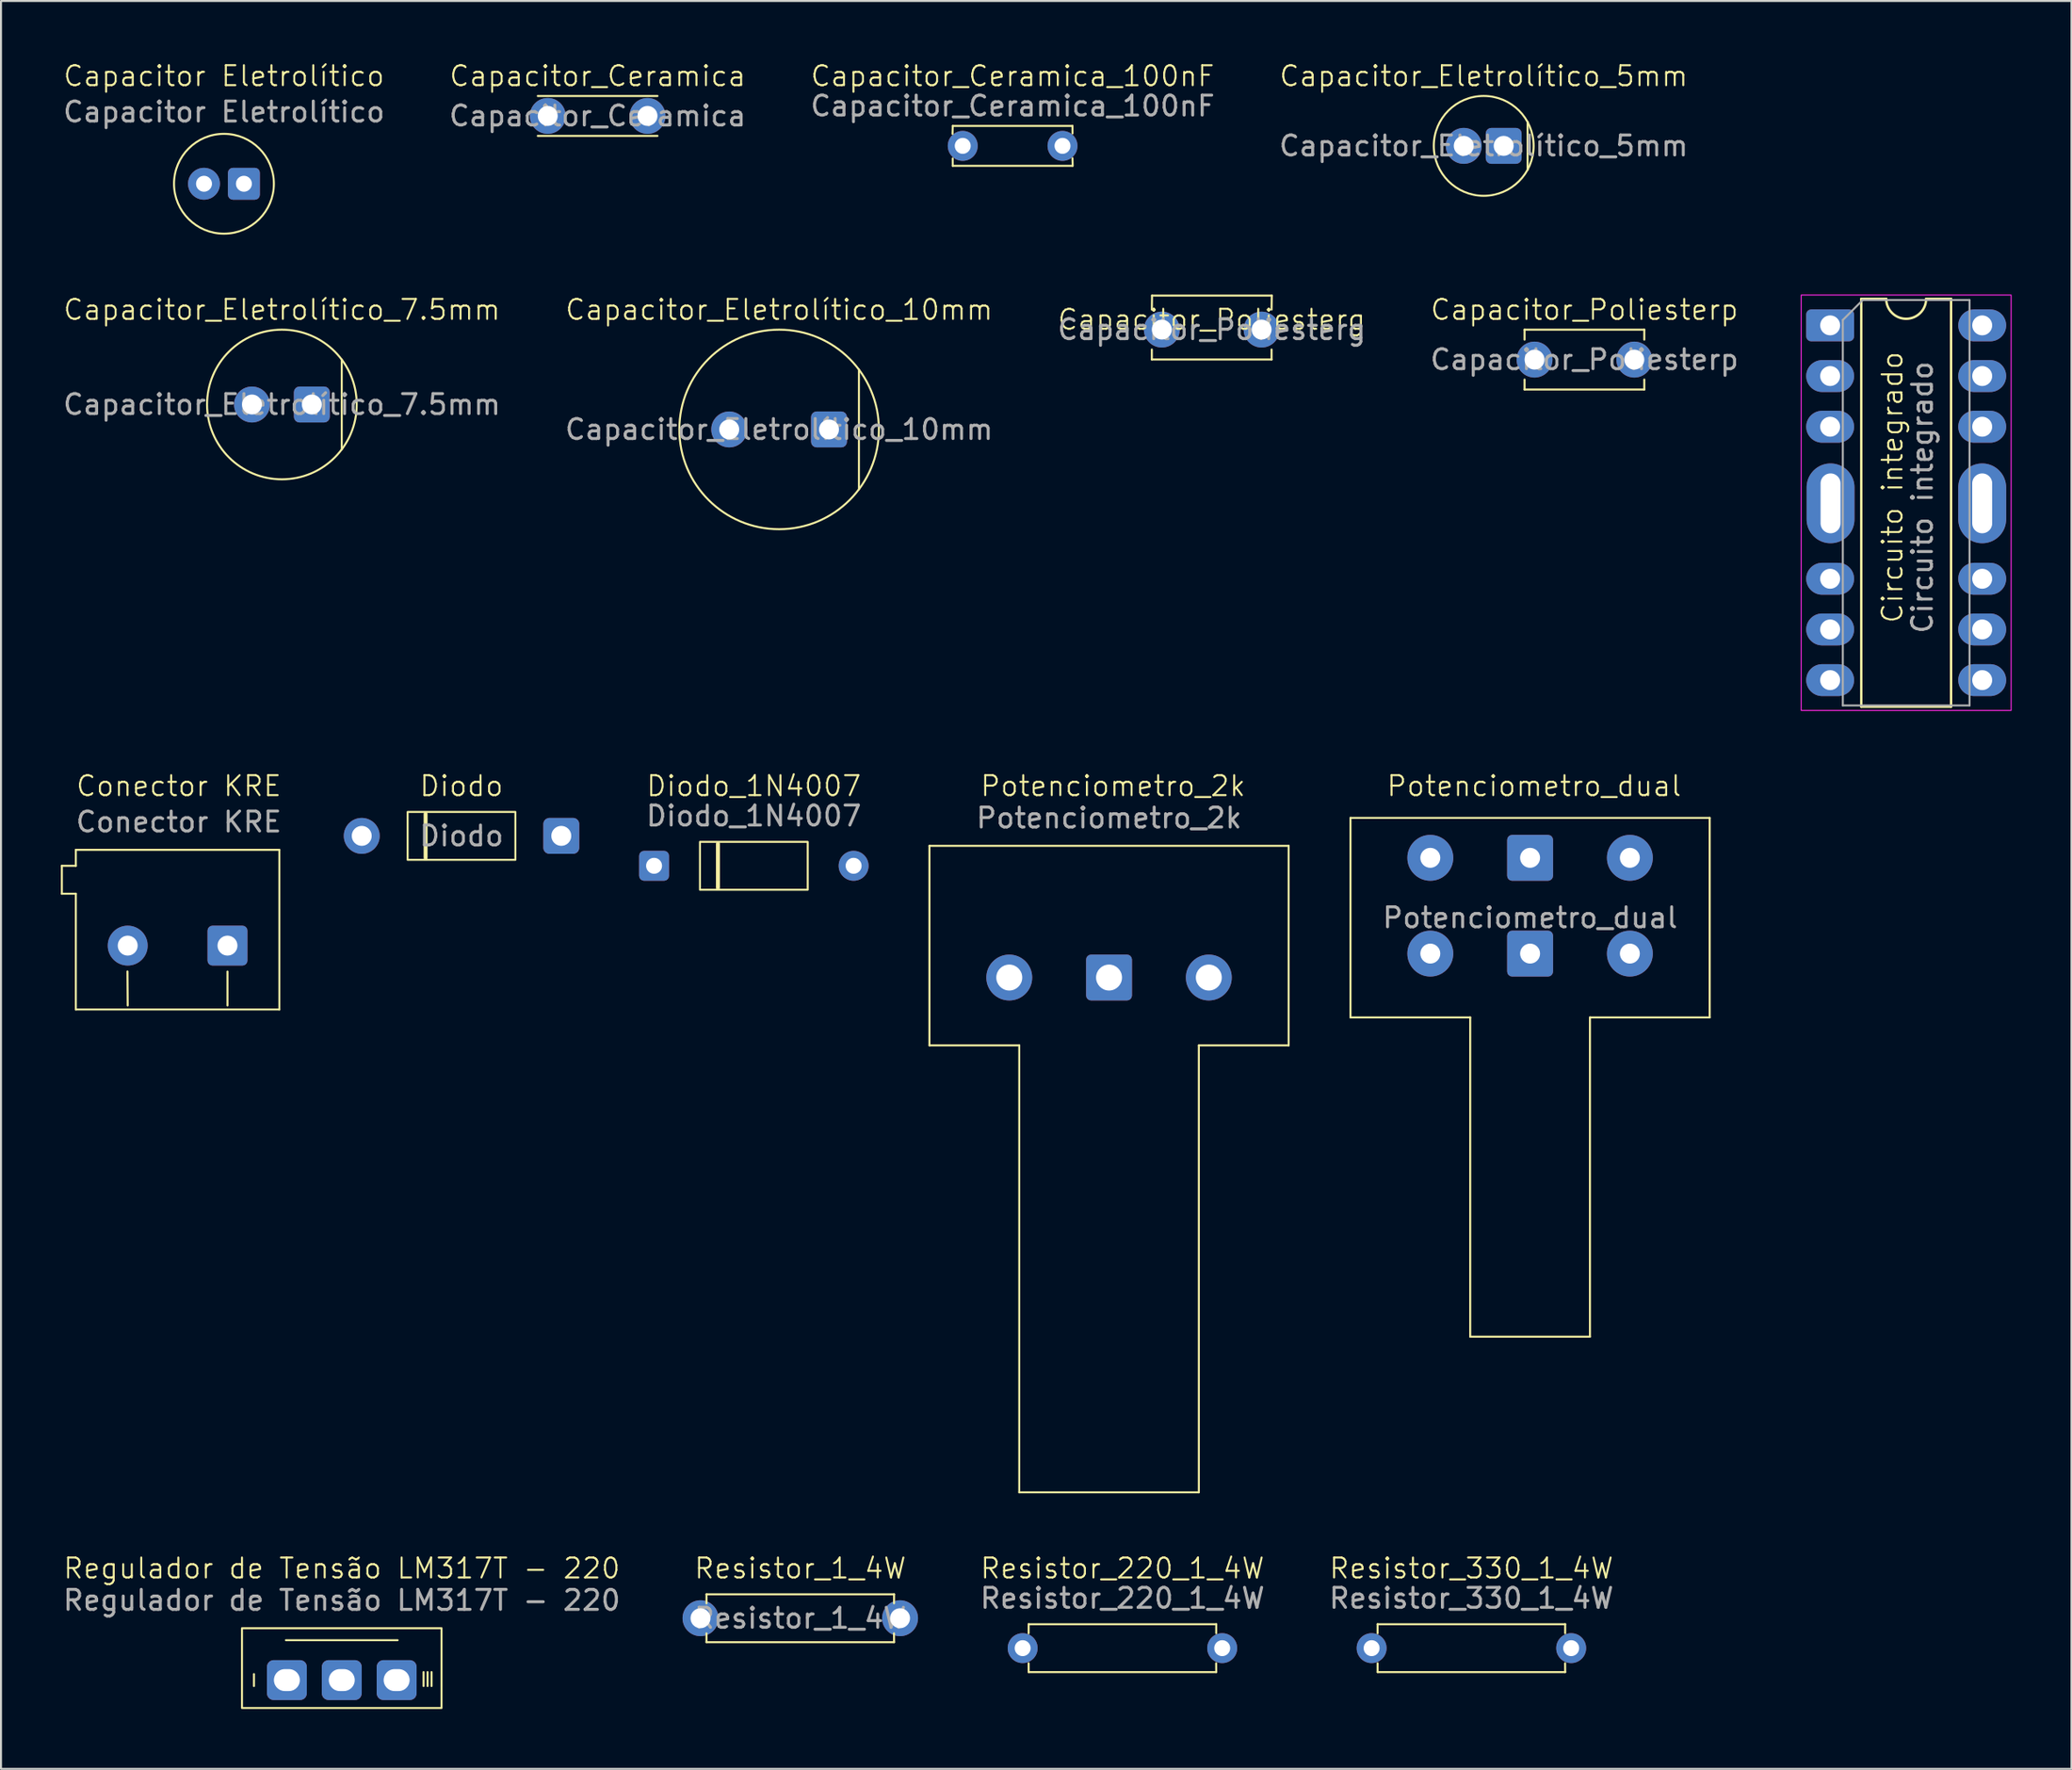
<source format=kicad_pcb>
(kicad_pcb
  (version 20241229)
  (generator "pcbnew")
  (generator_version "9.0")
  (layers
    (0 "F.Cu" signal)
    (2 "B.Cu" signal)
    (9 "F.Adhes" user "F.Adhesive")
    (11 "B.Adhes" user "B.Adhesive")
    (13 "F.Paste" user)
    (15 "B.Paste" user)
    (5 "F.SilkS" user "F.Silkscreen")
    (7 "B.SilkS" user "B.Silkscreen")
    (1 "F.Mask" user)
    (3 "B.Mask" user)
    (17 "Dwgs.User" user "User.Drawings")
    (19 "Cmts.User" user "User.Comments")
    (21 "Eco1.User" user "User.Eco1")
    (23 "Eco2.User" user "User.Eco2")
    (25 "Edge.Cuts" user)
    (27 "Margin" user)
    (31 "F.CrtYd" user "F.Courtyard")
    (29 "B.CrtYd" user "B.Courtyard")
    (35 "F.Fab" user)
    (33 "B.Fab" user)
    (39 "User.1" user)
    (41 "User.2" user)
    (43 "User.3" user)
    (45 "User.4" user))
  (footprint "Capacitor Eletrolítico"
    (layer "F.Cu")
    (at 8.173 6.16)
    (property "Reference" "Capacitor Eletrolítico" (at 0 -5.4 0) (unlocked yes) (layer "F.SilkS") (effects (font (size 1 1) (thickness 0.1))))
    (attr through_hole)
    (fp_circle (center 0 0) (end 2.502 0) (stroke (width 0.1) (type solid)) (fill no) (layer "F.SilkS"))
    (fp_text user "${REFERENCE}" (at 0 -3.6 0) (unlocked yes) (layer "F.Fab") (effects (font (size 1 1) (thickness 0.15))))
    (pad "1" thru_hole circle (at -1 0 180) (size 1.6 1.6) (drill 0.8) (layers "*.Cu" "*.Mask"))
    (pad "2" thru_hole roundrect (at 1 0 180) (size 1.6 1.6) (drill 0.8) (layers "*.Cu" "*.Mask") (roundrect_rratio 0.156)))
  (footprint "Resistor_330_1_4W"
    (layer "F.Cu")
    (at 70.687 79.553)
    (property "Reference" "Resistor_330_1_4W" (at 0 -4 0) (unlocked yes) (layer "F.SilkS") (effects (font (size 1 1) (thickness 0.1))))
    (attr through_hole)
    (fp_line (start -4.7 -1.2) (end -4.701 -0.744) (stroke (width 0.1) (type default)) (layer "F.SilkS"))
    (fp_line (start -4.7 -1.2) (end 4.7 -1.2) (stroke (width 0.1) (type default)) (layer "F.SilkS"))
    (fp_line (start -4.7 1.2) (end -4.701 0.759) (stroke (width 0.1) (type default)) (layer "F.SilkS"))
    (fp_line (start 4.7 -1.2) (end 4.699 -0.747) (stroke (width 0.1) (type default)) (layer "F.SilkS"))
    (fp_line (start 4.7 1.2) (end -4.7 1.2) (stroke (width 0.1) (type default)) (layer "F.SilkS"))
    (fp_line (start 4.7 1.2) (end 4.696 0.758) (stroke (width 0.1) (type default)) (layer "F.SilkS"))
    (fp_text user "${REFERENCE}" (at 0 -2.5 0) (unlocked yes) (layer "F.Fab") (effects (font (size 1 1) (thickness 0.15))))
    (pad "1" thru_hole circle (at -5 0 180) (size 1.5 1.5) (drill 0.8) (layers "*.Cu" "*.Mask"))
    (pad "2" thru_hole circle (at 5 0 180) (size 1.5 1.5) (drill 0.8) (layers "*.Cu" "*.Mask")))
  (footprint "Potenciometro_2k"
    (layer "F.Cu")
    (at 52.528 44.343)
    (property "Reference" "Potenciometro_2k" (at 0.2 -8 0) (unlocked yes) (layer "F.SilkS") (effects (font (size 1 1) (thickness 0.1))))
    (attr through_hole)
    (fp_line (start -9 -5) (end -9 5) (stroke (width 0.1) (type default)) (layer "F.SilkS"))
    (fp_line (start -9 5) (end -4.5 5) (stroke (width 0.1) (type default)) (layer "F.SilkS"))
    (fp_line (start -4.5 5) (end -4.5 27.4) (stroke (width 0.1) (type default)) (layer "F.SilkS"))
    (fp_line (start -4.5 27.4) (end 4.5 27.4) (stroke (width 0.1) (type default)) (layer "F.SilkS"))
    (fp_line (start 4.5 5) (end 9 5) (stroke (width 0.1) (type default)) (layer "F.SilkS"))
    (fp_line (start 4.5 27.4) (end 4.5 5) (stroke (width 0.1) (type default)) (layer "F.SilkS"))
    (fp_line (start 9 -5) (end -9 -5) (stroke (width 0.1) (type default)) (layer "F.SilkS"))
    (fp_line (start 9 5) (end 9 -5) (stroke (width 0.1) (type default)) (layer "F.SilkS"))
    (fp_text user "${REFERENCE}" (at 0 -6.4 0) (unlocked yes) (layer "F.Fab") (effects (font (size 1 1) (thickness 0.15))))
    (pad "1" thru_hole circle (at -5 1.6 180) (size 2.3 2.3) (drill 1.3) (layers "*.Cu" "*.Mask"))
    (pad "2" thru_hole roundrect (at 0 1.6 180) (size 2.3 2.3) (drill 1.3) (layers "*.Cu" "*.Mask") (roundrect_rratio 0.109))
    (pad "3" thru_hole circle (at 5 1.6 180) (size 2.3 2.3) (drill 1.3) (layers "*.Cu" "*.Mask")))
  (footprint "Capacitor_Ceramica_100nF"
    (layer "F.Cu")
    (at 47.696 4.261)
    (property "Reference" "Capacitor_Ceramica_100nF" (at 0 -3.5 0) (unlocked yes) (layer "F.SilkS") (effects (font (size 1 1) (thickness 0.1))))
    (attr through_hole)
    (fp_line (start -3 -1) (end -3.012 -0.6) (stroke (width 0.1) (type default)) (layer "F.SilkS"))
    (fp_line (start -3 -1) (end 3 -1) (stroke (width 0.1) (type default)) (layer "F.SilkS"))
    (fp_line (start -3 1) (end -3.003 0.63) (stroke (width 0.1) (type default)) (layer "F.SilkS"))
    (fp_line (start 3 -1) (end 3.002 -0.625) (stroke (width 0.1) (type default)) (layer "F.SilkS"))
    (fp_line (start 3 1) (end -3 1) (stroke (width 0.1) (type default)) (layer "F.SilkS"))
    (fp_line (start 3.011 1) (end 3 0.621) (stroke (width 0.1) (type default)) (layer "F.SilkS"))
    (fp_text user "${REFERENCE}" (at 0 -2 0) (unlocked yes) (layer "F.Fab") (effects (font (size 1 1) (thickness 0.15))))
    (pad "1" thru_hole circle (at -2.5 0 180) (size 1.5 1.5) (drill 0.8) (layers "*.Cu" "*.Mask"))
    (pad "2" thru_hole circle (at 2.5 0 180) (size 1.5 1.5) (drill 0.8) (layers "*.Cu" "*.Mask")))
  (footprint "Potenciometro_dual"
    (layer "F.Cu")
    (at 73.628 42.943)
    (property "Reference" "Potenciometro_dual" (at 0.2 -6.6 0) (unlocked yes) (layer "F.SilkS") (effects (font (size 1 1) (thickness 0.1))))
    (attr through_hole)
    (fp_line (start -9 -5) (end -9 5) (stroke (width 0.1) (type default)) (layer "F.SilkS"))
    (fp_line (start -9 5) (end -3 5) (stroke (width 0.1) (type default)) (layer "F.SilkS"))
    (fp_line (start -3 5) (end -3 21) (stroke (width 0.1) (type default)) (layer "F.SilkS"))
    (fp_line (start -3 21) (end 3 21) (stroke (width 0.1) (type solid)) (layer "F.SilkS"))
    (fp_line (start 3 5) (end 9 5) (stroke (width 0.1) (type default)) (layer "F.SilkS"))
    (fp_line (start 3 21) (end 3 5) (stroke (width 0.1) (type default)) (layer "F.SilkS"))
    (fp_line (start 9 -5) (end -9 -5) (stroke (width 0.1) (type default)) (layer "F.SilkS"))
    (fp_line (start 9 5) (end 9 -5) (stroke (width 0.1) (type default)) (layer "F.SilkS"))
    (fp_text user "${REFERENCE}" (at 0 0 0) (unlocked yes) (layer "F.Fab") (effects (font (size 1 1) (thickness 0.15))))
    (pad "1" thru_hole circle (at -5 1.8 180) (size 2.3 2.3) (drill 1) (layers "*.Cu" "*.Mask"))
    (pad "2" thru_hole roundrect (at 0 1.8 180) (size 2.3 2.3) (drill 1) (layers "*.Cu" "*.Mask") (roundrect_rratio 0.109))
    (pad "3" thru_hole circle (at 5 1.8 180) (size 2.3 2.3) (drill 1) (layers "*.Cu" "*.Mask"))
    (pad "4" thru_hole circle (at -5 -3 180) (size 2.3 2.3) (drill 1) (layers "*.Cu" "*.Mask"))
    (pad "5" thru_hole roundrect (at 0 -3 180) (size 2.3 2.3) (drill 1) (layers "*.Cu" "*.Mask") (roundrect_rratio 0.109))
    (pad "6" thru_hole circle (at 5 -3 180) (size 2.3 2.3) (drill 1) (layers "*.Cu" "*.Mask")))
  (footprint "Capacitor_Ceramica"
    (layer "F.Cu")
    (at 26.899 2.76)
    (property "Reference" "Capacitor_Ceramica" (at 0 -2 0) (unlocked yes) (layer "F.SilkS") (effects (font (size 1 1) (thickness 0.1))))
    (attr through_hole)
    (fp_line (start -3 -1) (end 3 -1) (stroke (width 0.1) (type default)) (layer "F.SilkS"))
    (fp_line (start 3 1) (end -3 1) (stroke (width 0.1) (type default)) (layer "F.SilkS"))
    (fp_text user "${REFERENCE}" (at 0 0 0) (unlocked yes) (layer "F.Fab") (effects (font (size 1 1) (thickness 0.15))))
    (pad "1" thru_hole circle (at -2.5 0 180) (size 1.8 1.8) (drill 1) (layers "*.Cu" "*.Mask"))
    (pad "2" thru_hole circle (at 2.5 0 180) (size 1.8 1.8) (drill 1) (layers "*.Cu" "*.Mask")))
  (footprint "Regulador de Tensão LM317T - 220"
    (layer "F.Cu")
    (at 14.077 81.153)
    (property "Reference" "Regulador de Tensão LM317T - 220" (at 0 -5.6 0) (unlocked yes) (layer "F.SilkS") (effects (font (size 1 1) (thickness 0.1))))
    (attr through_hole)
    (fp_line (start -4.4 0.3) (end -4.4 -0.3) (stroke (width 0.1) (type default)) (layer "F.SilkS"))
    (fp_line (start 2.8 -2) (end -2.8 -2) (stroke (width 0.1) (type default)) (layer "F.SilkS"))
    (fp_line (start 4.1 0.3) (end 4.1 -0.4) (stroke (width 0.1) (type default)) (layer "F.SilkS"))
    (fp_line (start 4.3 -0.4) (end 4.3 0.3) (stroke (width 0.1) (type default)) (layer "F.SilkS"))
    (fp_line (start 4.5 0.3) (end 4.5 -0.4) (stroke (width 0.1) (type default)) (layer "F.SilkS"))
    (fp_rect (start -5 1.4) (end 5 -2.6) (stroke (width 0.1) (type solid)) (fill no) (layer "F.SilkS"))
    (fp_text user "${REFERENCE}" (at 0 -4 0) (unlocked yes) (layer "F.Fab") (effects (font (size 1 1) (thickness 0.15))))
    (pad "1" thru_hole roundrect (at -2.75 0 180) (size 2 2) (drill oval 1.3 1.1) (layers "*.Cu" "*.Mask") (roundrect_rratio 0.167))
    (pad "2" thru_hole roundrect (at 0 0 180) (size 2 2) (drill oval 1.3 1.1) (layers "*.Cu" "*.Mask") (roundrect_rratio 0.167))
    (pad "3" thru_hole roundrect (at 2.75 0 180) (size 2 2) (drill oval 1.3 1.1) (layers "*.Cu" "*.Mask") (roundrect_rratio 0.167)))
  (footprint "Diodo_1N4007"
    (layer "F.Cu")
    (at 34.728 40.343)
    (property "Reference" "Diodo_1N4007" (at 0 -4 0) (unlocked yes) (layer "F.SilkS") (effects (font (size 1 1) (thickness 0.1))))
    (attr through_hole)
    (fp_line (start -1.8 1.1) (end -1.8 -1.1) (stroke (width 0.2) (type solid)) (layer "F.SilkS"))
    (fp_rect (start -2.7 -1.2) (end 2.7 1.2) (stroke (width 0.1) (type solid)) (fill no) (layer "F.SilkS"))
    (fp_text user "${REFERENCE}" (at 0 -2.5 0) (unlocked yes) (layer "F.Fab") (effects (font (size 1 1) (thickness 0.15))))
    (pad "1" thru_hole roundrect (at -5 0 180) (size 1.5 1.5) (drill 0.8) (layers "*.Cu" "*.Mask") (roundrect_rratio 0.167))
    (pad "2" thru_hole circle (at 5 0 180) (size 1.5 1.5) (drill 0.8) (layers "*.Cu" "*.Mask")))
  (footprint "Capacitor_Poliesterg"
    (layer "F.Cu")
    (at 57.673 13.468)
    (property "Reference" "Capacitor_Poliesterg" (at 0 -0.5 0) (unlocked yes) (layer "F.SilkS") (effects (font (size 1 1) (thickness 0.1))))
    (attr through_hole)
    (fp_line (start -3 1.5) (end -3 1) (stroke (width 0.1) (type default)) (layer "F.SilkS"))
    (fp_line (start -2.99 -1.705) (end -3 -1) (stroke (width 0.1) (type default)) (layer "F.SilkS"))
    (fp_line (start -2.99 -1.705) (end 3.01 -1.705) (stroke (width 0.1) (type default)) (layer "F.SilkS"))
    (fp_line (start 3 1.5) (end -3 1.5) (stroke (width 0.1) (type default)) (layer "F.SilkS"))
    (fp_line (start 3 1.5) (end 3 1) (stroke (width 0.1) (type default)) (layer "F.SilkS"))
    (fp_line (start 3.01 -1.705) (end 3 -1) (stroke (width 0.1) (type default)) (layer "F.SilkS"))
    (fp_text user "${REFERENCE}" (at 0 0 0) (unlocked yes) (layer "F.Fab") (effects (font (size 1 1) (thickness 0.15))))
    (pad "1" thru_hole circle (at -2.5 0 180) (size 1.8 1.8) (drill 1) (layers "*.Cu" "*.Mask"))
    (pad "2" thru_hole circle (at 2.5 0 180) (size 1.8 1.8) (drill 1) (layers "*.Cu" "*.Mask")))
  (footprint "Resistor_1_4W"
    (layer "F.Cu")
    (at 37.055 78.053)
    (property "Reference" "Resistor_1_4W" (at 0 -2.5 0) (unlocked yes) (layer "F.SilkS") (effects (font (size 1 1) (thickness 0.1))))
    (attr through_hole)
    (fp_line (start -4.7 -1.2) (end -4.701 -0.744) (stroke (width 0.1) (type default)) (layer "F.SilkS"))
    (fp_line (start -4.7 -1.2) (end 4.7 -1.2) (stroke (width 0.1) (type default)) (layer "F.SilkS"))
    (fp_line (start -4.7 1.2) (end -4.701 0.759) (stroke (width 0.1) (type default)) (layer "F.SilkS"))
    (fp_line (start 4.7 -1.2) (end 4.699 -0.747) (stroke (width 0.1) (type default)) (layer "F.SilkS"))
    (fp_line (start 4.7 1.2) (end -4.7 1.2) (stroke (width 0.1) (type default)) (layer "F.SilkS"))
    (fp_line (start 4.7 1.2) (end 4.696 0.758) (stroke (width 0.1) (type default)) (layer "F.SilkS"))
    (fp_text user "${REFERENCE}" (at 0 0 0) (unlocked yes) (layer "F.Fab") (effects (font (size 1 1) (thickness 0.15))))
    (pad "1" thru_hole circle (at -5 0 180) (size 1.8 1.8) (drill 1) (layers "*.Cu" "*.Mask"))
    (pad "2" thru_hole circle (at 5 0 180) (size 1.8 1.8) (drill 1) (layers "*.Cu" "*.Mask")))
  (footprint "Diodo"
    (layer "F.Cu")
    (at 20.078 38.843)
    (property "Reference" "Diodo" (at 0 -2.5 0) (unlocked yes) (layer "F.SilkS") (effects (font (size 1 1) (thickness 0.1))))
    (attr through_hole)
    (fp_line (start -1.8 1.1) (end -1.8 -1.1) (stroke (width 0.2) (type solid)) (layer "F.SilkS"))
    (fp_rect (start -2.7 -1.2) (end 2.7 1.2) (stroke (width 0.1) (type solid)) (fill no) (layer "F.SilkS"))
    (fp_text user "${REFERENCE}" (at 0 0 0) (unlocked yes) (layer "F.Fab") (effects (font (size 1 1) (thickness 0.15))))
    (pad "1" thru_hole roundrect (at 5 0 180) (size 1.8 1.8) (drill 1) (layers "*.Cu" "*.Mask") (roundrect_rratio 0.167))
    (pad "2" thru_hole circle (at -5 0 180) (size 1.8 1.8) (drill 1) (layers "*.Cu" "*.Mask")))
  (footprint "Capacitor_Eletrolítico_7.5mm"
    (layer "F.Cu")
    (at 11.077 17.223)
    (property "Reference" "Capacitor_Eletrolítico_7.5mm" (at 0 -4.75 0) (unlocked yes) (layer "F.SilkS") (effects (font (size 1 1) (thickness 0.1))))
    (attr through_hole)
    (fp_line (start 3 2.25) (end 3 -2.25) (stroke (width 0.1) (type default)) (layer "F.SilkS"))
    (fp_circle (center 0 0) (end 3.75 0) (stroke (width 0.1) (type solid)) (fill no) (layer "F.SilkS"))
    (fp_text user "${REFERENCE}" (at 0 0 0) (unlocked yes) (layer "F.Fab") (effects (font (size 1 1) (thickness 0.15))))
    (pad "1" thru_hole roundrect (at 1.5 0 180) (size 1.8 1.8) (drill 1) (layers "*.Cu" "*.Mask") (roundrect_rratio 0.156))
    (pad "2" thru_hole circle (at -1.5 0 180) (size 1.8 1.8) (drill 1) (layers "*.Cu" "*.Mask")))
  (footprint "Capacitor_Poliesterp"
    (layer "F.Cu")
    (at 76.351 14.973)
    (property "Reference" "Capacitor_Poliesterp" (at 0 -2.5 0) (unlocked yes) (layer "F.SilkS") (effects (font (size 1 1) (thickness 0.1))))
    (attr through_hole)
    (fp_line (start -3 -1.5) (end -3 -1) (stroke (width 0.1) (type default)) (layer "F.SilkS"))
    (fp_line (start -3 -1.5) (end 3 -1.5) (stroke (width 0.1) (type default)) (layer "F.SilkS"))
    (fp_line (start -3 1.5) (end -3 1) (stroke (width 0.1) (type default)) (layer "F.SilkS"))
    (fp_line (start 3 -1.5) (end 3 -1) (stroke (width 0.1) (type default)) (layer "F.SilkS"))
    (fp_line (start 3 1.5) (end -3 1.5) (stroke (width 0.1) (type default)) (layer "F.SilkS"))
    (fp_line (start 3 1.5) (end 3 1) (stroke (width 0.1) (type default)) (layer "F.SilkS"))
    (fp_text user "${REFERENCE}" (at 0 0 0) (unlocked yes) (layer "F.Fab") (effects (font (size 1 1) (thickness 0.15))))
    (pad "1" thru_hole circle (at -2.5 0 180) (size 1.8 1.8) (drill 1) (layers "*.Cu" "*.Mask"))
    (pad "2" thru_hole circle (at 2.5 0 180) (size 1.8 1.8) (drill 1) (layers "*.Cu" "*.Mask")))
  (footprint "Conector KRE"
    (layer "F.Cu")
    (at 5.85 44.343)
    (property "Reference" "Conector KRE" (at 0.06 -8 0) (unlocked yes) (layer "F.SilkS") (effects (font (size 1 1) (thickness 0.1))))
    (attr through_hole)
    (fp_line (start -5.8 -4) (end -5.1 -4) (stroke (width 0.1) (type default)) (layer "F.SilkS"))
    (fp_line (start -5.8 -2.6) (end -5.8 -4) (stroke (width 0.1) (type default)) (layer "F.SilkS"))
    (fp_line (start -5.1 -4.8) (end 5.1 -4.8) (stroke (width 0.1) (type solid)) (layer "F.SilkS"))
    (fp_line (start -5.1 -4) (end -5.1 -4.8) (stroke (width 0.1) (type default)) (layer "F.SilkS"))
    (fp_line (start -5.1 -2.6) (end -5.8 -2.6) (stroke (width 0.1) (type default)) (layer "F.SilkS"))
    (fp_line (start -5.1 3.2) (end -5.1 -2.6) (stroke (width 0.1) (type default)) (layer "F.SilkS"))
    (fp_line (start -2.512 1.294) (end -2.5 3) (stroke (width 0.1) (type solid)) (layer "F.SilkS"))
    (fp_line (start 2.5 1.3) (end 2.5 3) (stroke (width 0.1) (type solid)) (layer "F.SilkS"))
    (fp_line (start 5.1 -4.8) (end 5.1 3.2) (stroke (width 0.1) (type solid)) (layer "F.SilkS"))
    (fp_line (start 5.1 3.2) (end -5.1 3.2) (stroke (width 0.1) (type default)) (layer "F.SilkS"))
    (fp_text user "${REFERENCE}" (at 0.06 -6.2 0) (unlocked yes) (layer "F.Fab") (effects (font (size 1 1) (thickness 0.15))))
    (pad "1" thru_hole circle (at -2.5 0 180) (size 2 2) (drill 1) (layers "*.Cu" "*.Mask"))
    (pad "2" thru_hole roundrect (at 2.5 0 180) (size 2 2) (drill 1) (layers "*.Cu" "*.Mask") (roundrect_rratio 0.125)))
  (footprint "Capacitor_Eletrolítico_5mm"
    (layer "F.Cu")
    (at 71.304 4.261)
    (property "Reference" "Capacitor_Eletrolítico_5mm" (at 0 -3.5 0) (unlocked yes) (layer "F.SilkS") (effects (font (size 1 1) (thickness 0.1))))
    (attr through_hole)
    (fp_line (start 2.2 1.2) (end 2.2 -1.2) (stroke (width 0.1) (type default)) (layer "F.SilkS"))
    (fp_circle (center 0 0) (end 2.502 0) (stroke (width 0.1) (type solid)) (fill no) (layer "F.SilkS"))
    (fp_text user "${REFERENCE}" (at 0 0 0) (unlocked yes) (layer "F.Fab") (effects (font (size 1 1) (thickness 0.15))))
    (pad "1" thru_hole roundrect (at 1 0 180) (size 1.8 1.8) (drill 1) (layers "*.Cu" "*.Mask") (roundrect_rratio 0.156))
    (pad "2" thru_hole circle (at -1 0 180) (size 1.8 1.8) (drill 1) (layers "*.Cu" "*.Mask")))
  (footprint "Circuito integrado"
    (layer "F.Cu")
    (at 92.285 21.877)
    (property "Reference" "Circuito integrado" (at -0.5 -0.5 90) (unlocked yes) (layer "F.SilkS") (effects (font (size 1 1) (thickness 0.1))))
    (attr through_hole)
    (fp_line (start -2.06 -9.95) (end -2.06 10.49) (stroke (width 0.12) (type solid)) (layer "F.SilkS"))
    (fp_line (start -2.06 10.49) (end 2.44 10.49) (stroke (width 0.12) (type solid)) (layer "F.SilkS"))
    (fp_line (start -0.81 -9.95) (end -2.06 -9.95) (stroke (width 0.12) (type solid)) (layer "F.SilkS"))
    (fp_line (start 2.44 -9.95) (end 1.19 -9.95) (stroke (width 0.12) (type solid)) (layer "F.SilkS"))
    (fp_line (start 2.44 10.49) (end 2.44 -9.95) (stroke (width 0.12) (type solid)) (layer "F.SilkS"))
    (fp_arc (start 1.19 -9.95) (mid 0.19 -8.95) (end -0.81 -9.95) (stroke (width 0.12) (type solid)) (layer "F.SilkS"))
    (fp_rect (start -5.07 -10.14) (end 5.45 10.68) (stroke (width 0.05) (type solid)) (fill no) (layer "F.CrtYd"))
    (fp_line (start -2.985 -8.89) (end -1.985 -9.89) (stroke (width 0.1) (type solid)) (layer "F.Fab"))
    (fp_line (start -2.985 10.43) (end -2.985 -8.89) (stroke (width 0.1) (type solid)) (layer "F.Fab"))
    (fp_line (start -1.985 -9.89) (end 3.365 -9.89) (stroke (width 0.1) (type solid)) (layer "F.Fab"))
    (fp_line (start 3.365 -9.89) (end 3.365 10.43) (stroke (width 0.1) (type solid)) (layer "F.Fab"))
    (fp_line (start 3.365 10.43) (end -2.985 10.43) (stroke (width 0.1) (type solid)) (layer "F.Fab"))
    (fp_text user "${REFERENCE}" (at 1 0 90) (unlocked yes) (layer "F.Fab") (effects (font (size 1 1) (thickness 0.15))))
    (pad "1" thru_hole roundrect (at -3.62 -8.62) (size 2.4 1.6) (drill 1) (layers "*.Cu" "*.Mask") (roundrect_rratio 0.156))
    (pad "2" thru_hole oval (at -3.62 -6.08) (size 2.4 1.6) (drill 1) (layers "*.Cu" "*.Mask"))
    (pad "3" thru_hole oval (at -3.62 -3.54) (size 2.4 1.6) (drill 1) (layers "*.Cu" "*.Mask"))
    (pad "4" thru_hole oval (at -3.62 4.08) (size 2.4 1.6) (drill 1) (layers "*.Cu" "*.Mask"))
    (pad "5" thru_hole oval (at -3.62 6.62) (size 2.4 1.6) (drill 1) (layers "*.Cu" "*.Mask"))
    (pad "6" thru_hole oval (at -3.62 9.16) (size 2.4 1.6) (drill 1) (layers "*.Cu" "*.Mask"))
    (pad "7" thru_hole oval (at 4 9.16) (size 2.4 1.6) (drill 1) (layers "*.Cu" "*.Mask"))
    (pad "8" thru_hole oval (at 4 6.62) (size 2.4 1.6) (drill 1) (layers "*.Cu" "*.Mask"))
    (pad "9" thru_hole oval (at 4 4.08) (size 2.4 1.6) (drill 1) (layers "*.Cu" "*.Mask"))
    (pad "10" thru_hole oval (at 4 -3.54) (size 2.4 1.6) (drill 1) (layers "*.Cu" "*.Mask"))
    (pad "11" thru_hole oval (at 4 -6.08) (size 2.4 1.6) (drill 1) (layers "*.Cu" "*.Mask"))
    (pad "12" thru_hole oval (at 4 -8.62) (size 2.4 1.6) (drill 1) (layers "*.Cu" "*.Mask"))
    (pad "P$1" thru_hole oval (at -3.6 0.3) (size 2.4 4) (drill oval 1 3) (layers "*.Cu" "*.Mask"))
    (pad "P$4" thru_hole oval (at 4 0.3) (size 2.4 4) (drill oval 1 3) (layers "*.Cu" "*.Mask")))
  (footprint "Capacitor_Eletrolítico_10mm"
    (layer "F.Cu")
    (at 35.994 18.473)
    (property "Reference" "Capacitor_Eletrolítico_10mm" (at 0 -6 0) (unlocked yes) (layer "F.SilkS") (effects (font (size 1 1) (thickness 0.1))))
    (attr through_hole)
    (fp_line (start 4 3) (end 4 -3) (stroke (width 0.1) (type default)) (layer "F.SilkS"))
    (fp_circle (center 0 0) (end 5 0) (stroke (width 0.1) (type solid)) (fill no) (layer "F.SilkS"))
    (fp_text user "${REFERENCE}" (at 0 0 0) (unlocked yes) (layer "F.Fab") (effects (font (size 1 1) (thickness 0.15))))
    (pad "1" thru_hole roundrect (at 2.5 0 180) (size 1.8 1.8) (drill 1) (layers "*.Cu" "*.Mask") (roundrect_rratio 0.156))
    (pad "2" thru_hole circle (at -2.5 0 180) (size 1.8 1.8) (drill 1) (layers "*.Cu" "*.Mask")))
  (footprint "Resistor_220_1_4W"
    (layer "F.Cu")
    (at 53.199 79.553)
    (property "Reference" "Resistor_220_1_4W" (at 0 -4 0) (unlocked yes) (layer "F.SilkS") (effects (font (size 1 1) (thickness 0.1))))
    (attr through_hole)
    (fp_line (start -4.7 -1.2) (end -4.701 -0.744) (stroke (width 0.1) (type default)) (layer "F.SilkS"))
    (fp_line (start -4.7 -1.2) (end 4.7 -1.2) (stroke (width 0.1) (type default)) (layer "F.SilkS"))
    (fp_line (start -4.7 1.2) (end -4.701 0.759) (stroke (width 0.1) (type default)) (layer "F.SilkS"))
    (fp_line (start 4.7 -1.2) (end 4.699 -0.747) (stroke (width 0.1) (type default)) (layer "F.SilkS"))
    (fp_line (start 4.7 1.2) (end -4.7 1.2) (stroke (width 0.1) (type default)) (layer "F.SilkS"))
    (fp_line (start 4.7 1.2) (end 4.696 0.758) (stroke (width 0.1) (type default)) (layer "F.SilkS"))
    (fp_text user "${REFERENCE}" (at 0 -2.5 0) (unlocked yes) (layer "F.Fab") (effects (font (size 1 1) (thickness 0.15))))
    (pad "1" thru_hole circle (at -5 0 180) (size 1.5 1.5) (drill 0.8) (layers "*.Cu" "*.Mask"))
    (pad "2" thru_hole circle (at 5 0 180) (size 1.5 1.5) (drill 0.8) (layers "*.Cu" "*.Mask")))
  (gr_rect
    (start -3 -3)
    (end 100.76 85.603)
    (stroke (width 0.1) (type default))
    (fill no)
    (layer "Edge.Cuts")))
</source>
